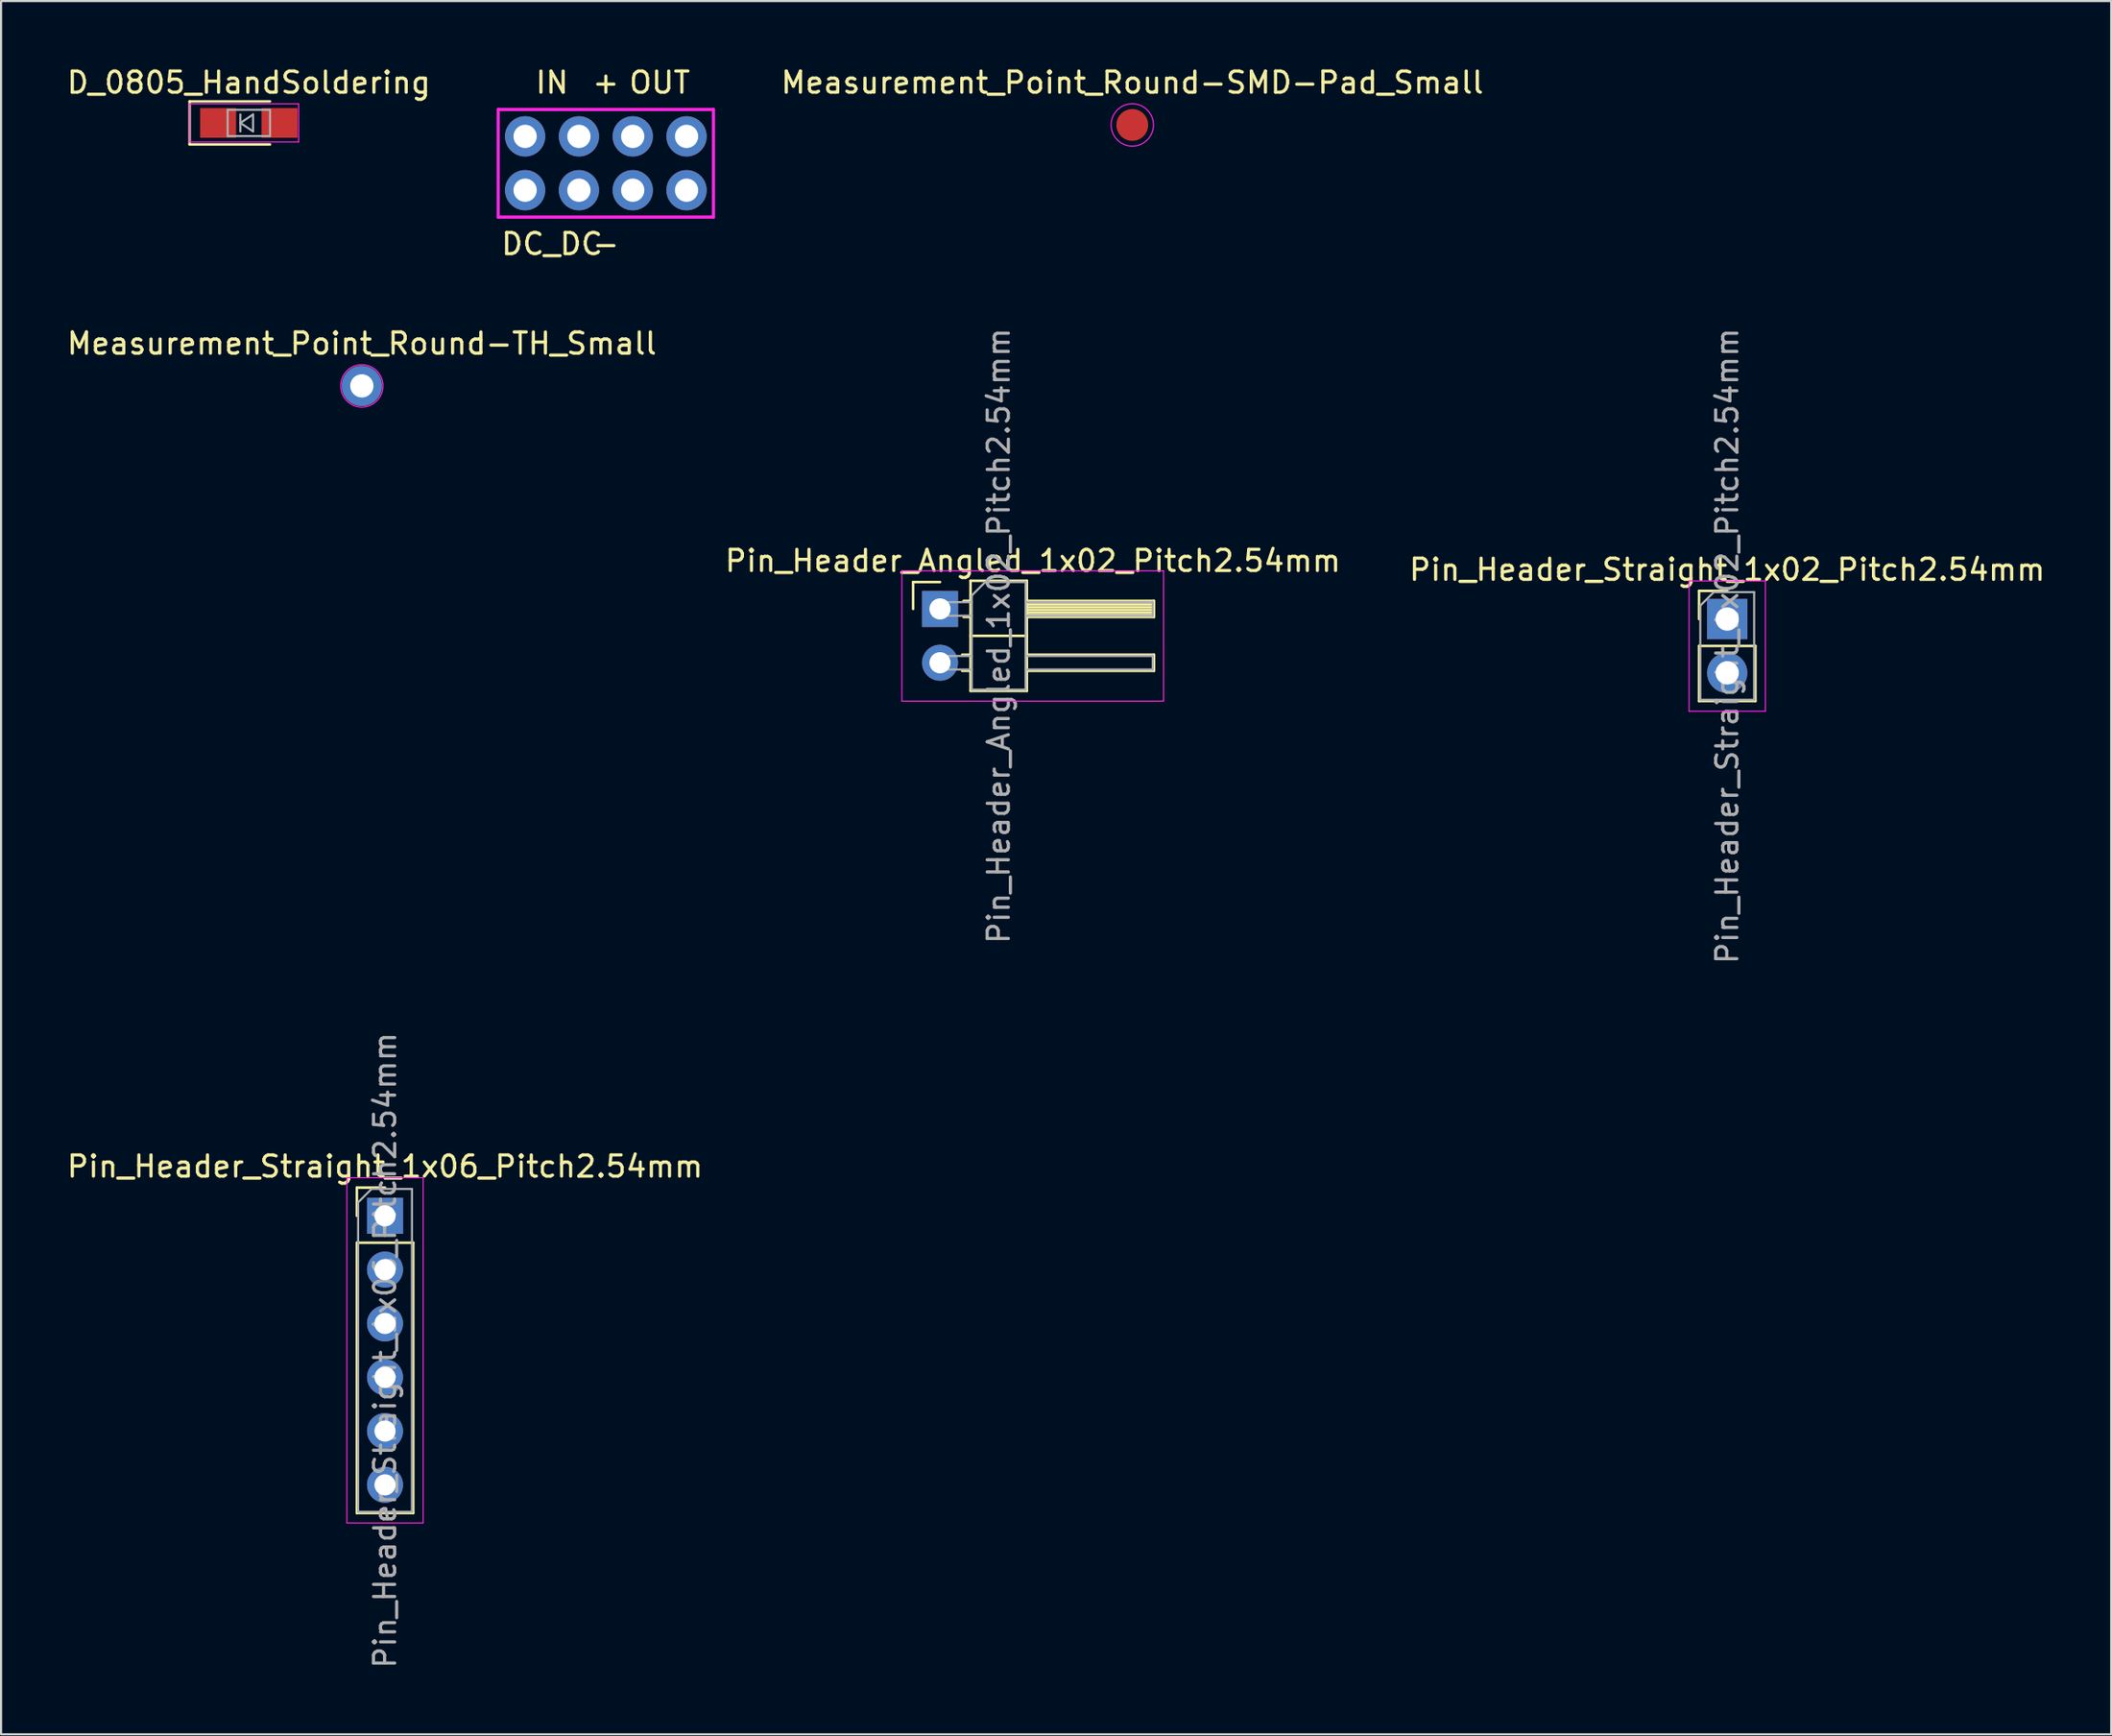
<source format=kicad_pcb>
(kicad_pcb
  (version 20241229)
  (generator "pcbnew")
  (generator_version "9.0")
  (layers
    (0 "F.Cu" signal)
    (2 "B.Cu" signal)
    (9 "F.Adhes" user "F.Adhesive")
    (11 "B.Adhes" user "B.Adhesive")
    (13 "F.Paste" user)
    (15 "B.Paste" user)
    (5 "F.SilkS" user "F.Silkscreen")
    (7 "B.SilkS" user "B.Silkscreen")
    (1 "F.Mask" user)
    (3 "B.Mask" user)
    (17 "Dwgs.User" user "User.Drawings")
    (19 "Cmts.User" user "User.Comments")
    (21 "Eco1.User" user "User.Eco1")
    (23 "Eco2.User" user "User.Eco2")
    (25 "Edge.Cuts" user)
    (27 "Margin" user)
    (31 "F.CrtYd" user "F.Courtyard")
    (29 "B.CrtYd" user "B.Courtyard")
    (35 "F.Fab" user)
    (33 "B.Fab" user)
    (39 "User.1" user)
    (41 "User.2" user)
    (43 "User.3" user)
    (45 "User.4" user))
  (footprint "Pin_Header_Straight_1x02_Pitch2.54mm"
    (layer "F.Cu")
    (at 78.482 27.442)
    (property "Reference" "Pin_Header_Straight_1x02_Pitch2.54mm" (at 0 -3.6 0) (layer "F.SilkS") (effects (font (size 1 1) (thickness 0.15))))
    (attr through_hole)
    (fp_line (start -1.33 -2.6) (end 0 -2.6) (stroke (width 0.12) (type solid)) (layer "F.SilkS"))
    (fp_line (start -1.33 -1.27) (end -1.33 -2.6) (stroke (width 0.12) (type solid)) (layer "F.SilkS"))
    (fp_line (start -1.33 0) (end -1.33 2.6) (stroke (width 0.12) (type solid)) (layer "F.SilkS"))
    (fp_line (start -1.33 0) (end 1.33 0) (stroke (width 0.12) (type solid)) (layer "F.SilkS"))
    (fp_line (start -1.33 2.6) (end 1.33 2.6) (stroke (width 0.12) (type solid)) (layer "F.SilkS"))
    (fp_line (start 1.33 0) (end 1.33 2.6) (stroke (width 0.12) (type solid)) (layer "F.SilkS"))
    (fp_line (start -1.8 -3.07) (end -1.8 3.08) (stroke (width 0.05) (type solid)) (layer "F.CrtYd"))
    (fp_line (start -1.8 3.08) (end 1.8 3.08) (stroke (width 0.05) (type solid)) (layer "F.CrtYd"))
    (fp_line (start 1.8 -3.07) (end -1.8 -3.07) (stroke (width 0.05) (type solid)) (layer "F.CrtYd"))
    (fp_line (start 1.8 3.08) (end 1.8 -3.07) (stroke (width 0.05) (type solid)) (layer "F.CrtYd"))
    (fp_line (start -1.27 -1.905) (end -0.635 -2.54) (stroke (width 0.1) (type solid)) (layer "F.Fab"))
    (fp_line (start -1.27 2.54) (end -1.27 -1.905) (stroke (width 0.1) (type solid)) (layer "F.Fab"))
    (fp_line (start -0.635 -2.54) (end 1.27 -2.54) (stroke (width 0.1) (type solid)) (layer "F.Fab"))
    (fp_line (start 1.27 -2.54) (end 1.27 2.54) (stroke (width 0.1) (type solid)) (layer "F.Fab"))
    (fp_line (start 1.27 2.54) (end -1.27 2.54) (stroke (width 0.1) (type solid)) (layer "F.Fab"))
    (fp_text user "${REFERENCE}" (at 0 0 90) (layer "F.Fab") (effects (font (size 1 1) (thickness 0.15))))
    (pad "1" thru_hole rect (at 0 -1.27) (size 1.9 1.9) (drill 1.1) (layers "*.Cu" "*.Mask"))
    (pad "2" thru_hole circle (at 0 1.27) (size 1.9 1.9) (drill 1.1) (layers "*.Cu" "*.Mask")))
  (footprint "DC_DC"
    (layer "F.Cu")
    (at 25.548 4.658)
    (property "Reference" "DC_DC" (at -2.54 3.81 0) (layer "F.SilkS") (effects (font (size 1 1) (thickness 0.15))))
    (attr through_hole)
    (fp_line (start -5.08 -2.54) (end -5.08 2.54) (stroke (width 0.15) (type solid)) (layer "F.CrtYd"))
    (fp_line (start -5.08 2.54) (end 5.08 2.54) (stroke (width 0.15) (type solid)) (layer "F.CrtYd"))
    (fp_line (start 5.08 -2.54) (end -5.08 -2.54) (stroke (width 0.15) (type solid)) (layer "F.CrtYd"))
    (fp_line (start 5.08 2.54) (end 5.08 -2.54) (stroke (width 0.15) (type solid)) (layer "F.CrtYd"))
    (fp_text user "OUT" (at 2.54 -3.81 180) (layer "F.SilkS") (effects (font (size 1 1) (thickness 0.15))))
    (fp_text user "IN" (at -2.54 -3.81 180) (layer "F.SilkS") (effects (font (size 1 1) (thickness 0.15))))
    (fp_text user "+" (at 0 -3.81 0) (layer "F.SilkS") (effects (font (size 1 1) (thickness 0.15))))
    (fp_text user "-" (at 0 3.81 0) (layer "F.SilkS") (effects (font (size 1 1) (thickness 0.15))))
    (pad "1" thru_hole circle (at -3.81 -1.27) (size 1.9 1.9) (drill 1.1) (layers "*.Cu" "*.Mask"))
    (pad "1" thru_hole circle (at -1.27 -1.27) (size 1.9 1.9) (drill 1.1) (layers "*.Cu" "*.Mask"))
    (pad "2" thru_hole circle (at -3.81 1.27) (size 1.9 1.9) (drill 1.1) (layers "*.Cu" "*.Mask"))
    (pad "2" thru_hole circle (at -1.27 1.27) (size 1.9 1.9) (drill 1.1) (layers "*.Cu" "*.Mask"))
    (pad "3" thru_hole circle (at 1.27 1.27) (size 1.9 1.9) (drill 1.1) (layers "*.Cu" "*.Mask"))
    (pad "3" thru_hole circle (at 3.81 1.27) (size 1.9 1.9) (drill 1.1) (layers "*.Cu" "*.Mask"))
    (pad "4" thru_hole circle (at 1.27 -1.27) (size 1.9 1.9) (drill 1.1) (layers "*.Cu" "*.Mask"))
    (pad "4" thru_hole circle (at 3.81 -1.27) (size 1.9 1.9) (drill 1.1) (layers "*.Cu" "*.Mask")))
  (footprint "D_0805_HandSoldering"
    (layer "F.Cu")
    (at 8.696 2.753)
    (property "Reference" "D_0805_HandSoldering" (at 0 -1.905 0) (layer "F.SilkS") (effects (font (size 1 1) (thickness 0.15))))
    (attr smd)
    (fp_line (start -2.794 -1.016) (end -2.794 1.016) (stroke (width 0.12) (type solid)) (layer "F.SilkS"))
    (fp_line (start -2.794 -1.016) (end 1 -1.016) (stroke (width 0.12) (type solid)) (layer "F.SilkS"))
    (fp_line (start 1 1.016) (end -2.794 1.016) (stroke (width 0.12) (type solid)) (layer "F.SilkS"))
    (fp_line (start -2.794 -0.9) (end -2.794 0.9) (stroke (width 0.05) (type solid)) (layer "F.CrtYd"))
    (fp_line (start -2.794 -0.9) (end 2.35 -0.9) (stroke (width 0.05) (type solid)) (layer "F.CrtYd"))
    (fp_line (start 2.35 0.9) (end -2.794 0.9) (stroke (width 0.05) (type solid)) (layer "F.CrtYd"))
    (fp_line (start 2.35 0.9) (end 2.35 -0.9) (stroke (width 0.05) (type solid)) (layer "F.CrtYd"))
    (fp_line (start -1 -0.62) (end 1 -0.62) (stroke (width 0.1) (type solid)) (layer "F.Fab"))
    (fp_line (start -1 0.62) (end -1 -0.62) (stroke (width 0.1) (type solid)) (layer "F.Fab"))
    (fp_line (start -0.4 -0.4) (end -0.4 0.4) (stroke (width 0.1) (type solid)) (layer "F.Fab"))
    (fp_line (start -0.4 0) (end 0.2 -0.4) (stroke (width 0.1) (type solid)) (layer "F.Fab"))
    (fp_line (start 0.2 -0.4) (end 0.2 0.4) (stroke (width 0.1) (type solid)) (layer "F.Fab"))
    (fp_line (start 0.2 0.4) (end -0.4 0) (stroke (width 0.1) (type solid)) (layer "F.Fab"))
    (fp_line (start 1 -0.62) (end 1 0.62) (stroke (width 0.1) (type solid)) (layer "F.Fab"))
    (fp_line (start 1 0.62) (end -1 0.62) (stroke (width 0.1) (type solid)) (layer "F.Fab"))
    (pad "1" smd rect (at -1.45 0) (size 1.7 1.4) (layers "F.Cu" "F.Mask" "F.Paste"))
    (pad "2" smd rect (at 1.45 0) (size 1.7 1.4) (layers "F.Cu" "F.Mask" "F.Paste")))
  (footprint "Measurement_Point_Round-TH_Small"
    (layer "F.Cu")
    (at 14.03 15.165)
    (property "Reference" "Measurement_Point_Round-TH_Small" (at 0 -2 0) (layer "F.SilkS") (effects (font (size 1 1) (thickness 0.15))))
    (attr exclude_from_pos_files exclude_from_bom)
    (fp_circle (center 0 0) (end 1 0) (stroke (width 0.05) (type solid)) (fill no) (layer "F.CrtYd"))
    (pad "1" thru_hole circle (at 0 0) (size 1.9 1.9) (drill 1.1) (layers "*.Cu" "*.Mask")))
  (footprint "Measurement_Point_Round-SMD-Pad_Small"
    (layer "F.Cu")
    (at 50.399 2.848)
    (property "Reference" "Measurement_Point_Round-SMD-Pad_Small" (at 0 -2 0) (layer "F.SilkS") (effects (font (size 1 1) (thickness 0.15))))
    (attr exclude_from_pos_files exclude_from_bom)
    (fp_circle (center 0 0) (end 1 0) (stroke (width 0.05) (type solid)) (fill no) (layer "F.CrtYd"))
    (pad "1" smd circle (at 0 0) (size 1.5 1.5) (layers "F.Cu" "F.Mask")))
  (footprint "Pin_Header_Angled_1x02_Pitch2.54mm"
    (layer "F.Cu")
    (at 41.323 26.965)
    (property "Reference" "Pin_Header_Angled_1x02_Pitch2.54mm" (at 4.385 -3.54 0) (layer "F.SilkS") (effects (font (size 1 1) (thickness 0.15))))
    (attr through_hole)
    (fp_line (start -1.27 -2.54) (end 0 -2.54) (stroke (width 0.12) (type solid)) (layer "F.SilkS"))
    (fp_line (start -1.27 -1.27) (end -1.27 -2.54) (stroke (width 0.12) (type solid)) (layer "F.SilkS"))
    (fp_line (start 1.043 0.89) (end 1.44 0.89) (stroke (width 0.12) (type solid)) (layer "F.SilkS"))
    (fp_line (start 1.043 1.65) (end 1.44 1.65) (stroke (width 0.12) (type solid)) (layer "F.SilkS"))
    (fp_line (start 1.11 -1.65) (end 1.44 -1.65) (stroke (width 0.12) (type solid)) (layer "F.SilkS"))
    (fp_line (start 1.11 -0.89) (end 1.44 -0.89) (stroke (width 0.12) (type solid)) (layer "F.SilkS"))
    (fp_line (start 1.44 -2.6) (end 1.44 2.6) (stroke (width 0.12) (type solid)) (layer "F.SilkS"))
    (fp_line (start 1.44 0) (end 4.1 0) (stroke (width 0.12) (type solid)) (layer "F.SilkS"))
    (fp_line (start 1.44 2.6) (end 4.1 2.6) (stroke (width 0.12) (type solid)) (layer "F.SilkS"))
    (fp_line (start 4.1 -2.6) (end 1.44 -2.6) (stroke (width 0.12) (type solid)) (layer "F.SilkS"))
    (fp_line (start 4.1 -1.65) (end 10.1 -1.65) (stroke (width 0.12) (type solid)) (layer "F.SilkS"))
    (fp_line (start 4.1 -1.59) (end 10.1 -1.59) (stroke (width 0.12) (type solid)) (layer "F.SilkS"))
    (fp_line (start 4.1 -1.47) (end 10.1 -1.47) (stroke (width 0.12) (type solid)) (layer "F.SilkS"))
    (fp_line (start 4.1 -1.35) (end 10.1 -1.35) (stroke (width 0.12) (type solid)) (layer "F.SilkS"))
    (fp_line (start 4.1 -1.23) (end 10.1 -1.23) (stroke (width 0.12) (type solid)) (layer "F.SilkS"))
    (fp_line (start 4.1 -1.11) (end 10.1 -1.11) (stroke (width 0.12) (type solid)) (layer "F.SilkS"))
    (fp_line (start 4.1 -0.99) (end 10.1 -0.99) (stroke (width 0.12) (type solid)) (layer "F.SilkS"))
    (fp_line (start 4.1 0.89) (end 10.1 0.89) (stroke (width 0.12) (type solid)) (layer "F.SilkS"))
    (fp_line (start 4.1 2.6) (end 4.1 -2.6) (stroke (width 0.12) (type solid)) (layer "F.SilkS"))
    (fp_line (start 10.1 -1.65) (end 10.1 -0.89) (stroke (width 0.12) (type solid)) (layer "F.SilkS"))
    (fp_line (start 10.1 -0.89) (end 4.1 -0.89) (stroke (width 0.12) (type solid)) (layer "F.SilkS"))
    (fp_line (start 10.1 0.89) (end 10.1 1.65) (stroke (width 0.12) (type solid)) (layer "F.SilkS"))
    (fp_line (start 10.1 1.65) (end 4.1 1.65) (stroke (width 0.12) (type solid)) (layer "F.SilkS"))
    (fp_line (start -1.8 -3.07) (end -1.8 3.08) (stroke (width 0.05) (type solid)) (layer "F.CrtYd"))
    (fp_line (start -1.8 3.08) (end 10.55 3.08) (stroke (width 0.05) (type solid)) (layer "F.CrtYd"))
    (fp_line (start 10.55 -3.07) (end -1.8 -3.07) (stroke (width 0.05) (type solid)) (layer "F.CrtYd"))
    (fp_line (start 10.55 3.08) (end 10.55 -3.07) (stroke (width 0.05) (type solid)) (layer "F.CrtYd"))
    (fp_line (start -0.32 -1.59) (end -0.32 -0.95) (stroke (width 0.1) (type solid)) (layer "F.Fab"))
    (fp_line (start -0.32 -1.59) (end 1.5 -1.59) (stroke (width 0.1) (type solid)) (layer "F.Fab"))
    (fp_line (start -0.32 -0.95) (end 1.5 -0.95) (stroke (width 0.1) (type solid)) (layer "F.Fab"))
    (fp_line (start -0.32 0.95) (end -0.32 1.59) (stroke (width 0.1) (type solid)) (layer "F.Fab"))
    (fp_line (start -0.32 0.95) (end 1.5 0.95) (stroke (width 0.1) (type solid)) (layer "F.Fab"))
    (fp_line (start -0.32 1.59) (end 1.5 1.59) (stroke (width 0.1) (type solid)) (layer "F.Fab"))
    (fp_line (start 1.5 -1.905) (end 2.135 -2.54) (stroke (width 0.1) (type solid)) (layer "F.Fab"))
    (fp_line (start 1.5 2.54) (end 1.5 -1.905) (stroke (width 0.1) (type solid)) (layer "F.Fab"))
    (fp_line (start 2.135 -2.54) (end 4.04 -2.54) (stroke (width 0.1) (type solid)) (layer "F.Fab"))
    (fp_line (start 4.04 -2.54) (end 4.04 2.54) (stroke (width 0.1) (type solid)) (layer "F.Fab"))
    (fp_line (start 4.04 -1.59) (end 10.04 -1.59) (stroke (width 0.1) (type solid)) (layer "F.Fab"))
    (fp_line (start 4.04 -0.95) (end 10.04 -0.95) (stroke (width 0.1) (type solid)) (layer "F.Fab"))
    (fp_line (start 4.04 0.95) (end 10.04 0.95) (stroke (width 0.1) (type solid)) (layer "F.Fab"))
    (fp_line (start 4.04 1.59) (end 10.04 1.59) (stroke (width 0.1) (type solid)) (layer "F.Fab"))
    (fp_line (start 4.04 2.54) (end 1.5 2.54) (stroke (width 0.1) (type solid)) (layer "F.Fab"))
    (fp_line (start 10.04 -1.59) (end 10.04 -0.95) (stroke (width 0.1) (type solid)) (layer "F.Fab"))
    (fp_line (start 10.04 0.95) (end 10.04 1.59) (stroke (width 0.1) (type solid)) (layer "F.Fab"))
    (fp_text user "${REFERENCE}" (at 2.77 0 90) (layer "F.Fab") (effects (font (size 1 1) (thickness 0.15))))
    (pad "1" thru_hole rect (at 0 -1.27) (size 1.7 1.7) (drill 1) (layers "*.Cu" "*.Mask"))
    (pad "2" thru_hole oval (at 0 1.27) (size 1.7 1.7) (drill 1) (layers "*.Cu" "*.Mask")))
  (footprint "Pin_Header_Straight_1x06_Pitch2.54mm"
    (layer "F.Cu")
    (at 15.125 54.342)
    (property "Reference" "Pin_Header_Straight_1x06_Pitch2.54mm" (at 0 -2.33 0) (layer "F.SilkS") (effects (font (size 1 1) (thickness 0.15))))
    (attr through_hole)
    (fp_line (start -1.33 -1.33) (end 0 -1.33) (stroke (width 0.12) (type solid)) (layer "F.SilkS"))
    (fp_line (start -1.33 0) (end -1.33 -1.33) (stroke (width 0.12) (type solid)) (layer "F.SilkS"))
    (fp_line (start -1.33 1.27) (end -1.33 14.03) (stroke (width 0.12) (type solid)) (layer "F.SilkS"))
    (fp_line (start -1.33 1.27) (end 1.33 1.27) (stroke (width 0.12) (type solid)) (layer "F.SilkS"))
    (fp_line (start -1.33 14.03) (end 1.33 14.03) (stroke (width 0.12) (type solid)) (layer "F.SilkS"))
    (fp_line (start 1.33 1.27) (end 1.33 14.03) (stroke (width 0.12) (type solid)) (layer "F.SilkS"))
    (fp_line (start -1.8 -1.8) (end -1.8 14.5) (stroke (width 0.05) (type solid)) (layer "F.CrtYd"))
    (fp_line (start -1.8 14.5) (end 1.8 14.5) (stroke (width 0.05) (type solid)) (layer "F.CrtYd"))
    (fp_line (start 1.8 -1.8) (end -1.8 -1.8) (stroke (width 0.05) (type solid)) (layer "F.CrtYd"))
    (fp_line (start 1.8 14.5) (end 1.8 -1.8) (stroke (width 0.05) (type solid)) (layer "F.CrtYd"))
    (fp_line (start -1.27 -0.635) (end -0.635 -1.27) (stroke (width 0.1) (type solid)) (layer "F.Fab"))
    (fp_line (start -1.27 13.97) (end -1.27 -0.635) (stroke (width 0.1) (type solid)) (layer "F.Fab"))
    (fp_line (start -0.635 -1.27) (end 1.27 -1.27) (stroke (width 0.1) (type solid)) (layer "F.Fab"))
    (fp_line (start 1.27 -1.27) (end 1.27 13.97) (stroke (width 0.1) (type solid)) (layer "F.Fab"))
    (fp_line (start 1.27 13.97) (end -1.27 13.97) (stroke (width 0.1) (type solid)) (layer "F.Fab"))
    (fp_text user "${REFERENCE}" (at 0 6.35 90) (layer "F.Fab") (effects (font (size 1 1) (thickness 0.15))))
    (pad "1" thru_hole rect (at 0 0) (size 1.7 1.7) (drill 1) (layers "*.Cu" "*.Mask"))
    (pad "2" thru_hole oval (at 0 2.54) (size 1.7 1.7) (drill 1) (layers "*.Cu" "*.Mask"))
    (pad "3" thru_hole oval (at 0 5.08) (size 1.7 1.7) (drill 1) (layers "*.Cu" "*.Mask"))
    (pad "4" thru_hole oval (at 0 7.62) (size 1.7 1.7) (drill 1) (layers "*.Cu" "*.Mask"))
    (pad "5" thru_hole oval (at 0 10.16) (size 1.7 1.7) (drill 1) (layers "*.Cu" "*.Mask"))
    (pad "6" thru_hole oval (at 0 12.7) (size 1.7 1.7) (drill 1) (layers "*.Cu" "*.Mask")))
  (gr_rect
    (start -3 -3)
    (end 96.607 78.817)
    (stroke (width 0.1) (type default))
    (fill no)
    (layer "Edge.Cuts")))
</source>
